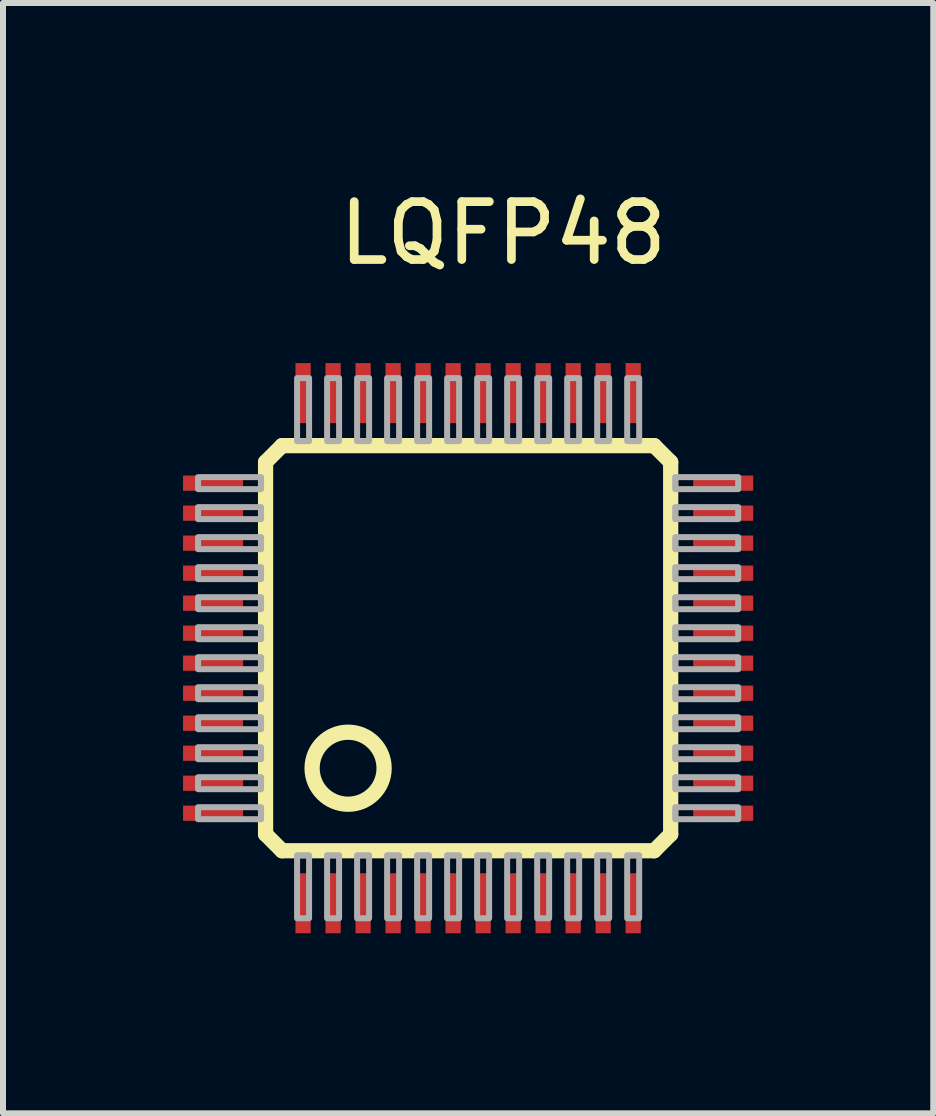
<source format=kicad_pcb>
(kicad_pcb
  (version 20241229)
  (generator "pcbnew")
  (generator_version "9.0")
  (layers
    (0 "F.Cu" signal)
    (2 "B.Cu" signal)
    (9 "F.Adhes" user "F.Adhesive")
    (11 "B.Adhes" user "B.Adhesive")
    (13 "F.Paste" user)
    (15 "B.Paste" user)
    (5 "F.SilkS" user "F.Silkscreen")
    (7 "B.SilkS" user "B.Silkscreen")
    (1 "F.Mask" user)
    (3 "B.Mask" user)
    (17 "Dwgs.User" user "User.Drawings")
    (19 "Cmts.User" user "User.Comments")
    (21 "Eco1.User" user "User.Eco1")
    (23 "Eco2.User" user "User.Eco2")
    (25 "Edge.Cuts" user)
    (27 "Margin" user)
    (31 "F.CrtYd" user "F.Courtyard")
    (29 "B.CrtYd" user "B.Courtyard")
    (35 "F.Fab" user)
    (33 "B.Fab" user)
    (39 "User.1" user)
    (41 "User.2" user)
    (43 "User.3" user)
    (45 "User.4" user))
  (footprint "LQFP48"
    (layer "F.Cu")
    (at 4.75 7.75)
    (property "Reference" "LQFP48" (at -2.223 -6.35 0) (layer "F.SilkS") (effects (font (size 0.965 0.965) (thickness 0.145)) (justify left bottom)))
    (attr through_hole)
    (fp_line (start -3.375 -3.1) (end -3.1 -3.375) (stroke (width 0.254) (type solid)) (layer "F.SilkS"))
    (fp_line (start -3.375 3.1) (end -3.375 -3.1) (stroke (width 0.254) (type solid)) (layer "F.SilkS"))
    (fp_line (start -3.1 -3.375) (end 3.1 -3.375) (stroke (width 0.254) (type solid)) (layer "F.SilkS"))
    (fp_line (start -3.1 3.375) (end -3.375 3.1) (stroke (width 0.254) (type solid)) (layer "F.SilkS"))
    (fp_line (start 3.1 -3.375) (end 3.375 -3.1) (stroke (width 0.254) (type solid)) (layer "F.SilkS"))
    (fp_line (start 3.1 3.375) (end -3.1 3.375) (stroke (width 0.254) (type solid)) (layer "F.SilkS"))
    (fp_line (start 3.375 -3.1) (end 3.375 3.1) (stroke (width 0.254) (type solid)) (layer "F.SilkS"))
    (fp_line (start 3.375 3.1) (end 3.1 3.375) (stroke (width 0.254) (type solid)) (layer "F.SilkS"))
    (fp_circle (center -2 2) (end -1.4 2) (stroke (width 0.254) (type solid)) (fill no) (layer "F.SilkS"))
    (fp_poly (pts (xy -4.5 -2.65) (xy -3.45 -2.65) (xy -3.45 -2.85) (xy -4.5 -2.85)) (stroke (width 0.1) (type solid)) (fill no) (layer "F.Fab"))
    (fp_poly (pts (xy -4.5 -2.15) (xy -3.45 -2.15) (xy -3.45 -2.35) (xy -4.5 -2.35)) (stroke (width 0.1) (type solid)) (fill no) (layer "F.Fab"))
    (fp_poly (pts (xy -4.5 -1.65) (xy -3.45 -1.65) (xy -3.45 -1.85) (xy -4.5 -1.85)) (stroke (width 0.1) (type solid)) (fill no) (layer "F.Fab"))
    (fp_poly (pts (xy -4.5 -1.15) (xy -3.45 -1.15) (xy -3.45 -1.35) (xy -4.5 -1.35)) (stroke (width 0.1) (type solid)) (fill no) (layer "F.Fab"))
    (fp_poly (pts (xy -4.5 -0.65) (xy -3.45 -0.65) (xy -3.45 -0.85) (xy -4.5 -0.85)) (stroke (width 0.1) (type solid)) (fill no) (layer "F.Fab"))
    (fp_poly (pts (xy -4.5 -0.15) (xy -3.45 -0.15) (xy -3.45 -0.35) (xy -4.5 -0.35)) (stroke (width 0.1) (type solid)) (fill no) (layer "F.Fab"))
    (fp_poly (pts (xy -4.5 0.35) (xy -3.45 0.35) (xy -3.45 0.15) (xy -4.5 0.15)) (stroke (width 0.1) (type solid)) (fill no) (layer "F.Fab"))
    (fp_poly (pts (xy -4.5 0.85) (xy -3.45 0.85) (xy -3.45 0.65) (xy -4.5 0.65)) (stroke (width 0.1) (type solid)) (fill no) (layer "F.Fab"))
    (fp_poly (pts (xy -4.5 1.35) (xy -3.45 1.35) (xy -3.45 1.15) (xy -4.5 1.15)) (stroke (width 0.1) (type solid)) (fill no) (layer "F.Fab"))
    (fp_poly (pts (xy -4.5 1.85) (xy -3.45 1.85) (xy -3.45 1.65) (xy -4.5 1.65)) (stroke (width 0.1) (type solid)) (fill no) (layer "F.Fab"))
    (fp_poly (pts (xy -4.5 2.35) (xy -3.45 2.35) (xy -3.45 2.15) (xy -4.5 2.15)) (stroke (width 0.1) (type solid)) (fill no) (layer "F.Fab"))
    (fp_poly (pts (xy -4.5 2.85) (xy -3.45 2.85) (xy -3.45 2.65) (xy -4.5 2.65)) (stroke (width 0.1) (type solid)) (fill no) (layer "F.Fab"))
    (fp_poly (pts (xy -2.85 -3.45) (xy -2.65 -3.45) (xy -2.65 -4.5) (xy -2.85 -4.5)) (stroke (width 0.1) (type solid)) (fill no) (layer "F.Fab"))
    (fp_poly (pts (xy -2.85 4.5) (xy -2.65 4.5) (xy -2.65 3.45) (xy -2.85 3.45)) (stroke (width 0.1) (type solid)) (fill no) (layer "F.Fab"))
    (fp_poly (pts (xy -2.35 -3.45) (xy -2.15 -3.45) (xy -2.15 -4.5) (xy -2.35 -4.5)) (stroke (width 0.1) (type solid)) (fill no) (layer "F.Fab"))
    (fp_poly (pts (xy -2.35 4.5) (xy -2.15 4.5) (xy -2.15 3.45) (xy -2.35 3.45)) (stroke (width 0.1) (type solid)) (fill no) (layer "F.Fab"))
    (fp_poly (pts (xy -1.85 -3.45) (xy -1.65 -3.45) (xy -1.65 -4.5) (xy -1.85 -4.5)) (stroke (width 0.1) (type solid)) (fill no) (layer "F.Fab"))
    (fp_poly (pts (xy -1.85 4.5) (xy -1.65 4.5) (xy -1.65 3.45) (xy -1.85 3.45)) (stroke (width 0.1) (type solid)) (fill no) (layer "F.Fab"))
    (fp_poly (pts (xy -1.35 -3.45) (xy -1.15 -3.45) (xy -1.15 -4.5) (xy -1.35 -4.5)) (stroke (width 0.1) (type solid)) (fill no) (layer "F.Fab"))
    (fp_poly (pts (xy -1.35 4.5) (xy -1.15 4.5) (xy -1.15 3.45) (xy -1.35 3.45)) (stroke (width 0.1) (type solid)) (fill no) (layer "F.Fab"))
    (fp_poly (pts (xy -0.85 -3.45) (xy -0.65 -3.45) (xy -0.65 -4.5) (xy -0.85 -4.5)) (stroke (width 0.1) (type solid)) (fill no) (layer "F.Fab"))
    (fp_poly (pts (xy -0.85 4.5) (xy -0.65 4.5) (xy -0.65 3.45) (xy -0.85 3.45)) (stroke (width 0.1) (type solid)) (fill no) (layer "F.Fab"))
    (fp_poly (pts (xy -0.35 -3.45) (xy -0.15 -3.45) (xy -0.15 -4.5) (xy -0.35 -4.5)) (stroke (width 0.1) (type solid)) (fill no) (layer "F.Fab"))
    (fp_poly (pts (xy -0.35 4.5) (xy -0.15 4.5) (xy -0.15 3.45) (xy -0.35 3.45)) (stroke (width 0.1) (type solid)) (fill no) (layer "F.Fab"))
    (fp_poly (pts (xy 0.15 -3.45) (xy 0.35 -3.45) (xy 0.35 -4.5) (xy 0.15 -4.5)) (stroke (width 0.1) (type solid)) (fill no) (layer "F.Fab"))
    (fp_poly (pts (xy 0.15 4.5) (xy 0.35 4.5) (xy 0.35 3.45) (xy 0.15 3.45)) (stroke (width 0.1) (type solid)) (fill no) (layer "F.Fab"))
    (fp_poly (pts (xy 0.65 -3.45) (xy 0.85 -3.45) (xy 0.85 -4.5) (xy 0.65 -4.5)) (stroke (width 0.1) (type solid)) (fill no) (layer "F.Fab"))
    (fp_poly (pts (xy 0.65 4.5) (xy 0.85 4.5) (xy 0.85 3.45) (xy 0.65 3.45)) (stroke (width 0.1) (type solid)) (fill no) (layer "F.Fab"))
    (fp_poly (pts (xy 1.15 -3.45) (xy 1.35 -3.45) (xy 1.35 -4.5) (xy 1.15 -4.5)) (stroke (width 0.1) (type solid)) (fill no) (layer "F.Fab"))
    (fp_poly (pts (xy 1.15 4.5) (xy 1.35 4.5) (xy 1.35 3.45) (xy 1.15 3.45)) (stroke (width 0.1) (type solid)) (fill no) (layer "F.Fab"))
    (fp_poly (pts (xy 1.65 -3.45) (xy 1.85 -3.45) (xy 1.85 -4.5) (xy 1.65 -4.5)) (stroke (width 0.1) (type solid)) (fill no) (layer "F.Fab"))
    (fp_poly (pts (xy 1.65 4.5) (xy 1.85 4.5) (xy 1.85 3.45) (xy 1.65 3.45)) (stroke (width 0.1) (type solid)) (fill no) (layer "F.Fab"))
    (fp_poly (pts (xy 2.15 -3.45) (xy 2.35 -3.45) (xy 2.35 -4.5) (xy 2.15 -4.5)) (stroke (width 0.1) (type solid)) (fill no) (layer "F.Fab"))
    (fp_poly (pts (xy 2.15 4.5) (xy 2.35 4.5) (xy 2.35 3.45) (xy 2.15 3.45)) (stroke (width 0.1) (type solid)) (fill no) (layer "F.Fab"))
    (fp_poly (pts (xy 2.65 -3.45) (xy 2.85 -3.45) (xy 2.85 -4.5) (xy 2.65 -4.5)) (stroke (width 0.1) (type solid)) (fill no) (layer "F.Fab"))
    (fp_poly (pts (xy 2.65 4.5) (xy 2.85 4.5) (xy 2.85 3.45) (xy 2.65 3.45)) (stroke (width 0.1) (type solid)) (fill no) (layer "F.Fab"))
    (fp_poly (pts (xy 3.45 -2.65) (xy 4.5 -2.65) (xy 4.5 -2.85) (xy 3.45 -2.85)) (stroke (width 0.1) (type solid)) (fill no) (layer "F.Fab"))
    (fp_poly (pts (xy 3.45 -2.15) (xy 4.5 -2.15) (xy 4.5 -2.35) (xy 3.45 -2.35)) (stroke (width 0.1) (type solid)) (fill no) (layer "F.Fab"))
    (fp_poly (pts (xy 3.45 -1.65) (xy 4.5 -1.65) (xy 4.5 -1.85) (xy 3.45 -1.85)) (stroke (width 0.1) (type solid)) (fill no) (layer "F.Fab"))
    (fp_poly (pts (xy 3.45 -1.15) (xy 4.5 -1.15) (xy 4.5 -1.35) (xy 3.45 -1.35)) (stroke (width 0.1) (type solid)) (fill no) (layer "F.Fab"))
    (fp_poly (pts (xy 3.45 -0.65) (xy 4.5 -0.65) (xy 4.5 -0.85) (xy 3.45 -0.85)) (stroke (width 0.1) (type solid)) (fill no) (layer "F.Fab"))
    (fp_poly (pts (xy 3.45 -0.15) (xy 4.5 -0.15) (xy 4.5 -0.35) (xy 3.45 -0.35)) (stroke (width 0.1) (type solid)) (fill no) (layer "F.Fab"))
    (fp_poly (pts (xy 3.45 0.35) (xy 4.5 0.35) (xy 4.5 0.15) (xy 3.45 0.15)) (stroke (width 0.1) (type solid)) (fill no) (layer "F.Fab"))
    (fp_poly (pts (xy 3.45 0.85) (xy 4.5 0.85) (xy 4.5 0.65) (xy 3.45 0.65)) (stroke (width 0.1) (type solid)) (fill no) (layer "F.Fab"))
    (fp_poly (pts (xy 3.45 1.35) (xy 4.5 1.35) (xy 4.5 1.15) (xy 3.45 1.15)) (stroke (width 0.1) (type solid)) (fill no) (layer "F.Fab"))
    (fp_poly (pts (xy 3.45 1.85) (xy 4.5 1.85) (xy 4.5 1.65) (xy 3.45 1.65)) (stroke (width 0.1) (type solid)) (fill no) (layer "F.Fab"))
    (fp_poly (pts (xy 3.45 2.35) (xy 4.5 2.35) (xy 4.5 2.15) (xy 3.45 2.15)) (stroke (width 0.1) (type solid)) (fill no) (layer "F.Fab"))
    (fp_poly (pts (xy 3.45 2.85) (xy 4.5 2.85) (xy 4.5 2.65) (xy 3.45 2.65)) (stroke (width 0.1) (type solid)) (fill no) (layer "F.Fab"))
    (pad "1" smd rect (at -2.75 4.25) (size 0.254 1) (layers "F.Cu" "F.Mask" "F.Paste"))
    (pad "2" smd rect (at -2.25 4.25) (size 0.254 1) (layers "F.Cu" "F.Mask" "F.Paste"))
    (pad "3" smd rect (at -1.75 4.25) (size 0.254 1) (layers "F.Cu" "F.Mask" "F.Paste"))
    (pad "4" smd rect (at -1.25 4.25) (size 0.254 1) (layers "F.Cu" "F.Mask" "F.Paste"))
    (pad "5" smd rect (at -0.75 4.25) (size 0.254 1) (layers "F.Cu" "F.Mask" "F.Paste"))
    (pad "6" smd rect (at -0.25 4.25) (size 0.254 1) (layers "F.Cu" "F.Mask" "F.Paste"))
    (pad "7" smd rect (at 0.25 4.25) (size 0.254 1) (layers "F.Cu" "F.Mask" "F.Paste"))
    (pad "8" smd rect (at 0.75 4.25) (size 0.254 1) (layers "F.Cu" "F.Mask" "F.Paste"))
    (pad "9" smd rect (at 1.25 4.25) (size 0.254 1) (layers "F.Cu" "F.Mask" "F.Paste"))
    (pad "10" smd rect (at 1.75 4.25) (size 0.254 1) (layers "F.Cu" "F.Mask" "F.Paste"))
    (pad "11" smd rect (at 2.25 4.25) (size 0.254 1) (layers "F.Cu" "F.Mask" "F.Paste"))
    (pad "12" smd rect (at 2.75 4.25) (size 0.254 1) (layers "F.Cu" "F.Mask" "F.Paste"))
    (pad "13" smd rect (at 4.25 2.75) (size 1 0.254) (layers "F.Cu" "F.Mask" "F.Paste"))
    (pad "14" smd rect (at 4.25 2.25) (size 1 0.254) (layers "F.Cu" "F.Mask" "F.Paste"))
    (pad "15" smd rect (at 4.25 1.75) (size 1 0.254) (layers "F.Cu" "F.Mask" "F.Paste"))
    (pad "16" smd rect (at 4.25 1.25) (size 1 0.254) (layers "F.Cu" "F.Mask" "F.Paste"))
    (pad "17" smd rect (at 4.25 0.75) (size 1 0.254) (layers "F.Cu" "F.Mask" "F.Paste"))
    (pad "18" smd rect (at 4.25 0.25) (size 1 0.254) (layers "F.Cu" "F.Mask" "F.Paste"))
    (pad "19" smd rect (at 4.25 -0.25) (size 1 0.254) (layers "F.Cu" "F.Mask" "F.Paste"))
    (pad "20" smd rect (at 4.25 -0.75) (size 1 0.254) (layers "F.Cu" "F.Mask" "F.Paste"))
    (pad "21" smd rect (at 4.25 -1.25) (size 1 0.254) (layers "F.Cu" "F.Mask" "F.Paste"))
    (pad "22" smd rect (at 4.25 -1.75) (size 1 0.254) (layers "F.Cu" "F.Mask" "F.Paste"))
    (pad "23" smd rect (at 4.25 -2.25) (size 1 0.254) (layers "F.Cu" "F.Mask" "F.Paste"))
    (pad "24" smd rect (at 4.25 -2.75) (size 1 0.254) (layers "F.Cu" "F.Mask" "F.Paste"))
    (pad "25" smd rect (at 2.75 -4.25) (size 0.254 1) (layers "F.Cu" "F.Mask" "F.Paste"))
    (pad "26" smd rect (at 2.25 -4.25) (size 0.254 1) (layers "F.Cu" "F.Mask" "F.Paste"))
    (pad "27" smd rect (at 1.75 -4.25) (size 0.254 1) (layers "F.Cu" "F.Mask" "F.Paste"))
    (pad "28" smd rect (at 1.25 -4.25) (size 0.254 1) (layers "F.Cu" "F.Mask" "F.Paste"))
    (pad "29" smd rect (at 0.75 -4.25) (size 0.254 1) (layers "F.Cu" "F.Mask" "F.Paste"))
    (pad "30" smd rect (at 0.25 -4.25) (size 0.254 1) (layers "F.Cu" "F.Mask" "F.Paste"))
    (pad "31" smd rect (at -0.25 -4.25) (size 0.254 1) (layers "F.Cu" "F.Mask" "F.Paste"))
    (pad "32" smd rect (at -0.75 -4.25) (size 0.254 1) (layers "F.Cu" "F.Mask" "F.Paste"))
    (pad "33" smd rect (at -1.25 -4.25) (size 0.254 1) (layers "F.Cu" "F.Mask" "F.Paste"))
    (pad "34" smd rect (at -1.75 -4.25) (size 0.254 1) (layers "F.Cu" "F.Mask" "F.Paste"))
    (pad "35" smd rect (at -2.25 -4.25) (size 0.254 1) (layers "F.Cu" "F.Mask" "F.Paste"))
    (pad "36" smd rect (at -2.75 -4.25) (size 0.254 1) (layers "F.Cu" "F.Mask" "F.Paste"))
    (pad "37" smd rect (at -4.25 -2.75) (size 1 0.254) (layers "F.Cu" "F.Mask" "F.Paste"))
    (pad "38" smd rect (at -4.25 -2.25) (size 1 0.254) (layers "F.Cu" "F.Mask" "F.Paste"))
    (pad "39" smd rect (at -4.25 -1.75) (size 1 0.254) (layers "F.Cu" "F.Mask" "F.Paste"))
    (pad "40" smd rect (at -4.25 -1.25) (size 1 0.254) (layers "F.Cu" "F.Mask" "F.Paste"))
    (pad "41" smd rect (at -4.25 -0.75) (size 1 0.254) (layers "F.Cu" "F.Mask" "F.Paste"))
    (pad "42" smd rect (at -4.25 -0.25) (size 1 0.254) (layers "F.Cu" "F.Mask" "F.Paste"))
    (pad "43" smd rect (at -4.25 0.25) (size 1 0.254) (layers "F.Cu" "F.Mask" "F.Paste"))
    (pad "44" smd rect (at -4.25 0.75) (size 1 0.254) (layers "F.Cu" "F.Mask" "F.Paste"))
    (pad "45" smd rect (at -4.25 1.25) (size 1 0.254) (layers "F.Cu" "F.Mask" "F.Paste"))
    (pad "46" smd rect (at -4.25 1.75) (size 1 0.254) (layers "F.Cu" "F.Mask" "F.Paste"))
    (pad "47" smd rect (at -4.25 2.25) (size 1 0.254) (layers "F.Cu" "F.Mask" "F.Paste"))
    (pad "48" smd rect (at -4.25 2.75) (size 1 0.254) (layers "F.Cu" "F.Mask" "F.Paste")))
  (gr_rect
    (start -3 -3)
    (end 12.5 15.5)
    (stroke (width 0.1) (type default))
    (fill no)
    (layer "Edge.Cuts")))
</source>
